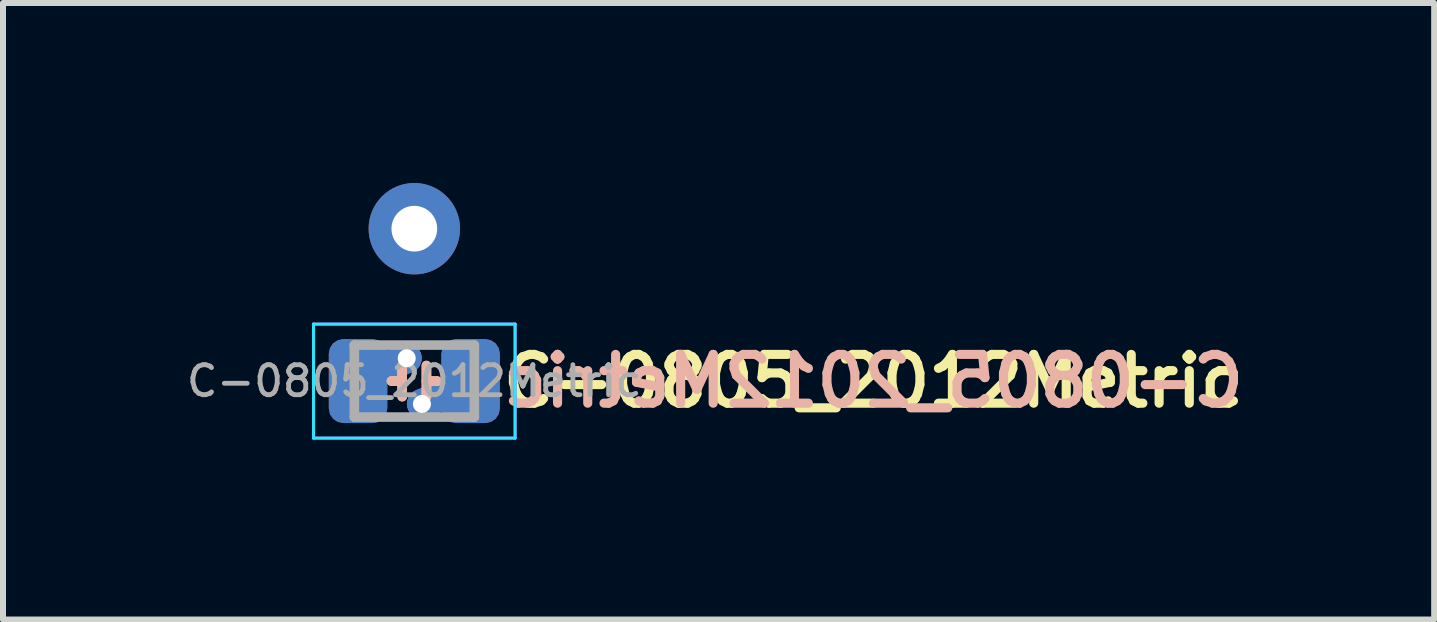
<source format=kicad_pcb>
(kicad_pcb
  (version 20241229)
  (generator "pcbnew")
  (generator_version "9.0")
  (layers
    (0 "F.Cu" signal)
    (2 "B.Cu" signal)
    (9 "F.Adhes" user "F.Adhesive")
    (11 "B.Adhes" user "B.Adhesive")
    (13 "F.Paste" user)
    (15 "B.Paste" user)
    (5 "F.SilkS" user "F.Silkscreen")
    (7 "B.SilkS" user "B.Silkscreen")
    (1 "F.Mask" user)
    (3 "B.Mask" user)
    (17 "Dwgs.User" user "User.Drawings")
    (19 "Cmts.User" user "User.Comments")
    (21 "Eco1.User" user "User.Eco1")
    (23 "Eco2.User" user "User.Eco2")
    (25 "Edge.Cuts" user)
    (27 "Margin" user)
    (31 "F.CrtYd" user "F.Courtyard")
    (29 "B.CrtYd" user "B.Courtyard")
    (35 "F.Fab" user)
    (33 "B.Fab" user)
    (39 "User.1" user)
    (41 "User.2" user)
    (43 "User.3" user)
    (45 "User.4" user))
  (footprint "C-0805_2012Metric"
    (layer "F.Cu")
    (at 3.856 3.302)
    (property "Reference" "C-0805_2012Metric" (at 1.397 0 0) (layer "F.SilkS") (effects (font (size 0.813 0.813) (thickness 0.152)) (justify left)))
    (attr smd)
    (fp_line (start -0.203 0) (end -0.381 0) (stroke (width 0.16) (type solid)) (layer "F.SilkS"))
    (fp_line (start -0.202 -0.259) (end -0.202 0.259) (stroke (width 0.16) (type solid)) (layer "F.SilkS"))
    (fp_line (start 0.202 -0.259) (end 0.202 0.259) (stroke (width 0.16) (type solid)) (layer "F.SilkS"))
    (fp_line (start 0.381 0) (end 0.203 0) (stroke (width 0.16) (type solid)) (layer "F.SilkS"))
    (fp_line (start -0.203 0) (end -0.381 0) (stroke (width 0.16) (type solid)) (layer "B.SilkS"))
    (fp_line (start -0.202 -0.259) (end -0.202 0.259) (stroke (width 0.16) (type solid)) (layer "B.SilkS"))
    (fp_line (start 0.202 -0.259) (end 0.202 0.259) (stroke (width 0.16) (type solid)) (layer "B.SilkS"))
    (fp_line (start 0.381 0) (end 0.203 0) (stroke (width 0.16) (type solid)) (layer "B.SilkS"))
    (fp_line (start -1.68 -0.95) (end 1.68 -0.95) (stroke (width 0.05) (type solid)) (layer "B.CrtYd"))
    (fp_line (start -1.68 0.95) (end -1.68 -0.95) (stroke (width 0.05) (type solid)) (layer "B.CrtYd"))
    (fp_line (start 1.68 -0.95) (end 1.68 0.95) (stroke (width 0.05) (type solid)) (layer "B.CrtYd"))
    (fp_line (start 1.68 0.95) (end -1.68 0.95) (stroke (width 0.05) (type solid)) (layer "B.CrtYd"))
    (fp_line (start -1.68 -0.95) (end 1.68 -0.95) (stroke (width 0.05) (type solid)) (layer "F.CrtYd"))
    (fp_line (start -1.68 0.95) (end -1.68 -0.95) (stroke (width 0.05) (type solid)) (layer "F.CrtYd"))
    (fp_line (start 1.68 -0.95) (end 1.68 0.95) (stroke (width 0.05) (type solid)) (layer "F.CrtYd"))
    (fp_line (start 1.68 0.95) (end -1.68 0.95) (stroke (width 0.05) (type solid)) (layer "F.CrtYd"))
    (fp_line (start -1 -0.6) (end 1 -0.6) (stroke (width 0.16) (type solid)) (layer "F.Fab"))
    (fp_line (start -1 0.6) (end -1 -0.6) (stroke (width 0.16) (type solid)) (layer "F.Fab"))
    (fp_line (start 1 -0.6) (end 1 0.6) (stroke (width 0.16) (type solid)) (layer "F.Fab"))
    (fp_line (start 1 0.6) (end -1 0.6) (stroke (width 0.16) (type solid)) (layer "F.Fab"))
    (fp_text user "${REFERENCE}" (at 1.397 0 0) (layer "B.SilkS") (effects (font (size 0.813 0.813) (thickness 0.152)) (justify right mirror)))
    (fp_text user "${REFERENCE}" (at 0 0 0) (layer "F.Fab") (effects (font (size 0.5 0.5) (thickness 0.08))))
    (pad "1" smd custom (at -0.938 0) (size 0.01 0.01) (layers "F.Cu") (options (anchor circle)) (primitives (gr_line (start 0.81 -0.381) (end -0.079 0) (width 0.5))))
    (pad "1" smd custom (at -0.938 0) (size 0.01 0.01) (layers "B.Cu") (options (anchor circle)) (primitives (gr_line (start 0.81 -0.381) (end -0.079 0) (width 0.5))))
    (pad "1" smd roundrect (at -0.938 0) (size 0.975 1.4) (layers "F.Cu" "F.Mask" "F.Paste") (roundrect_rratio 0.25))
    (pad "1" smd roundrect (at -0.938 0) (size 0.975 1.4) (layers "B.Cu" "B.Mask" "B.Paste") (roundrect_rratio 0.25))
    (pad "1" thru_hole circle (at -0.127 -0.381) (size 0.5 0.5) (drill 0.3) (layers "*.Cu"))
    (pad "2" thru_hole circle (at 0.127 0.381) (size 0.5 0.5) (drill 0.3) (layers "*.Cu"))
    (pad "2" smd custom (at 0.938 0) (size 0.01 0.01) (layers "F.Cu") (options (anchor circle)) (primitives (gr_line (start -0.81 0.381) (end 0.079 0) (width 0.5))))
    (pad "2" smd custom (at 0.938 0) (size 0.01 0.01) (layers "B.Cu") (options (anchor circle)) (primitives (gr_line (start -0.81 0.381) (end 0.079 0) (width 0.5))))
    (pad "2" smd roundrect (at 0.938 0) (size 0.975 1.4) (layers "F.Cu" "F.Mask" "F.Paste") (roundrect_rratio 0.25))
    (pad "2" smd roundrect (at 0.938 0) (size 0.975 1.4) (layers "B.Cu" "B.Mask" "B.Paste") (roundrect_rratio 0.25))
    (pad "3" thru_hole circle (at 0 -2.54) (size 1.524 1.524) (drill 0.762) (layers "*.Cu" "*.Mask")))
  (gr_rect
    (start -3 -3)
    (end 20.855 7.277)
    (stroke (width 0.1) (type default))
    (fill no)
    (layer "Edge.Cuts")))
</source>
